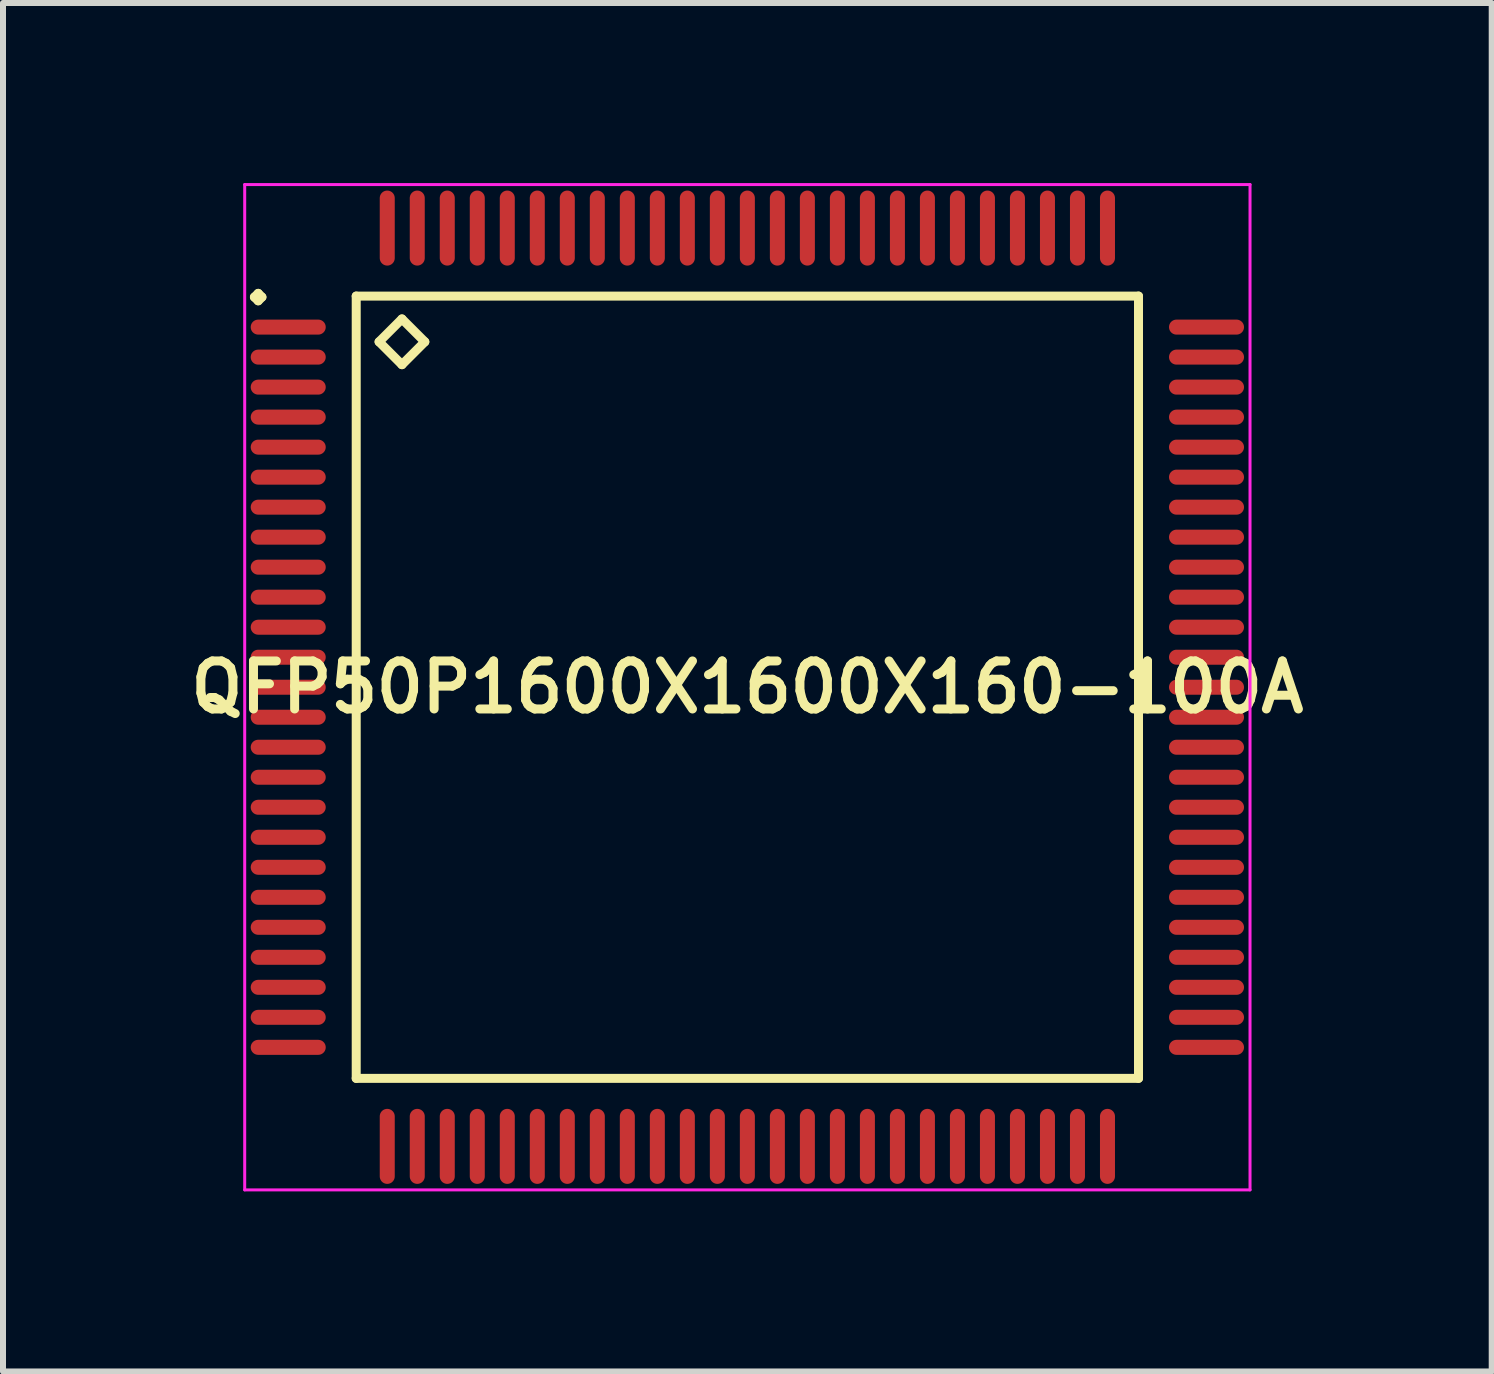
<source format=kicad_pcb>
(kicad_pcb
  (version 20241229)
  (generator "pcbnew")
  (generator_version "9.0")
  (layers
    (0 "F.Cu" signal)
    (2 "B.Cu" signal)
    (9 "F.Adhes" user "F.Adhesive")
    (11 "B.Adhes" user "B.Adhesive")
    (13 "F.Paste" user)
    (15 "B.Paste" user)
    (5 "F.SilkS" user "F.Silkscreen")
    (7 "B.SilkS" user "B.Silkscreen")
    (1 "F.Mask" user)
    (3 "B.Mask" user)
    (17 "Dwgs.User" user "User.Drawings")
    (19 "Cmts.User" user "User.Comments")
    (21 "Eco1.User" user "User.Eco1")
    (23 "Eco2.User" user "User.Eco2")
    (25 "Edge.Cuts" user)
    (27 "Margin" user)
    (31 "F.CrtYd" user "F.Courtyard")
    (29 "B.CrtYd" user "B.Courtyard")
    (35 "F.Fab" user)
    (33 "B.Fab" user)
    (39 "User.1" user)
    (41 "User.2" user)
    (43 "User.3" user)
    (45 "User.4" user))
  (footprint "QFP50P1600X1600X160-100A"
    (layer "F.Cu")
    (at 9.402 8.4)
    (property "Reference" "QFP50P1600X1600X160-100A" (at 0 0 0) (layer "F.SilkS") (effects (font (size 0.8 0.8) (thickness 0.15))))
    (attr smd)
    (fp_line (start -8.213 -6.5) (end -8.15 -6.562) (stroke (width 0.15) (type solid)) (layer "F.SilkS"))
    (fp_line (start -8.15 -6.562) (end -8.088 -6.5) (stroke (width 0.15) (type solid)) (layer "F.SilkS"))
    (fp_line (start -8.15 -6.438) (end -8.213 -6.5) (stroke (width 0.15) (type solid)) (layer "F.SilkS"))
    (fp_line (start -8.088 -6.5) (end -8.15 -6.438) (stroke (width 0.15) (type solid)) (layer "F.SilkS"))
    (fp_line (start -6.517 -6.517) (end -6.517 6.517) (stroke (width 0.15) (type solid)) (layer "F.SilkS"))
    (fp_line (start -6.517 6.517) (end 6.517 6.517) (stroke (width 0.15) (type solid)) (layer "F.SilkS"))
    (fp_line (start -6.136 -5.755) (end -5.755 -6.136) (stroke (width 0.15) (type solid)) (layer "F.SilkS"))
    (fp_line (start -5.755 -6.136) (end -5.374 -5.755) (stroke (width 0.15) (type solid)) (layer "F.SilkS"))
    (fp_line (start -5.755 -5.374) (end -6.136 -5.755) (stroke (width 0.15) (type solid)) (layer "F.SilkS"))
    (fp_line (start -5.374 -5.755) (end -5.755 -5.374) (stroke (width 0.15) (type solid)) (layer "F.SilkS"))
    (fp_line (start 6.517 -6.517) (end -6.517 -6.517) (stroke (width 0.15) (type solid)) (layer "F.SilkS"))
    (fp_line (start 6.517 6.517) (end 6.517 -6.517) (stroke (width 0.15) (type solid)) (layer "F.SilkS"))
    (fp_line (start -8.375 -8.375) (end 8.375 -8.375) (stroke (width 0.05) (type solid)) (layer "F.CrtYd"))
    (fp_line (start -8.375 8.375) (end -8.375 -8.375) (stroke (width 0.05) (type solid)) (layer "F.CrtYd"))
    (fp_line (start 8.375 -8.375) (end 8.375 8.375) (stroke (width 0.05) (type solid)) (layer "F.CrtYd"))
    (fp_line (start 8.375 8.375) (end -8.375 8.375) (stroke (width 0.05) (type solid)) (layer "F.CrtYd"))
    (pad "1" smd oval (at -7.65 -6) (size 1.25 0.25) (layers "F.Cu" "F.Mask" "F.Paste"))
    (pad "2" smd oval (at -7.65 -5.5) (size 1.25 0.25) (layers "F.Cu" "F.Mask" "F.Paste"))
    (pad "3" smd oval (at -7.65 -5) (size 1.25 0.25) (layers "F.Cu" "F.Mask" "F.Paste"))
    (pad "4" smd oval (at -7.65 -4.5) (size 1.25 0.25) (layers "F.Cu" "F.Mask" "F.Paste"))
    (pad "5" smd oval (at -7.65 -4) (size 1.25 0.25) (layers "F.Cu" "F.Mask" "F.Paste"))
    (pad "6" smd oval (at -7.65 -3.5) (size 1.25 0.25) (layers "F.Cu" "F.Mask" "F.Paste"))
    (pad "7" smd oval (at -7.65 -3) (size 1.25 0.25) (layers "F.Cu" "F.Mask" "F.Paste"))
    (pad "8" smd oval (at -7.65 -2.5) (size 1.25 0.25) (layers "F.Cu" "F.Mask" "F.Paste"))
    (pad "9" smd oval (at -7.65 -2) (size 1.25 0.25) (layers "F.Cu" "F.Mask" "F.Paste"))
    (pad "10" smd oval (at -7.65 -1.5) (size 1.25 0.25) (layers "F.Cu" "F.Mask" "F.Paste"))
    (pad "11" smd oval (at -7.65 -1) (size 1.25 0.25) (layers "F.Cu" "F.Mask" "F.Paste"))
    (pad "12" smd oval (at -7.65 -0.5) (size 1.25 0.25) (layers "F.Cu" "F.Mask" "F.Paste"))
    (pad "13" smd oval (at -7.65 0) (size 1.25 0.25) (layers "F.Cu" "F.Mask" "F.Paste"))
    (pad "14" smd oval (at -7.65 0.5) (size 1.25 0.25) (layers "F.Cu" "F.Mask" "F.Paste"))
    (pad "15" smd oval (at -7.65 1) (size 1.25 0.25) (layers "F.Cu" "F.Mask" "F.Paste"))
    (pad "16" smd oval (at -7.65 1.5) (size 1.25 0.25) (layers "F.Cu" "F.Mask" "F.Paste"))
    (pad "17" smd oval (at -7.65 2) (size 1.25 0.25) (layers "F.Cu" "F.Mask" "F.Paste"))
    (pad "18" smd oval (at -7.65 2.5) (size 1.25 0.25) (layers "F.Cu" "F.Mask" "F.Paste"))
    (pad "19" smd oval (at -7.65 3) (size 1.25 0.25) (layers "F.Cu" "F.Mask" "F.Paste"))
    (pad "20" smd oval (at -7.65 3.5) (size 1.25 0.25) (layers "F.Cu" "F.Mask" "F.Paste"))
    (pad "21" smd oval (at -7.65 4) (size 1.25 0.25) (layers "F.Cu" "F.Mask" "F.Paste"))
    (pad "22" smd oval (at -7.65 4.5) (size 1.25 0.25) (layers "F.Cu" "F.Mask" "F.Paste"))
    (pad "23" smd oval (at -7.65 5) (size 1.25 0.25) (layers "F.Cu" "F.Mask" "F.Paste"))
    (pad "24" smd oval (at -7.65 5.5) (size 1.25 0.25) (layers "F.Cu" "F.Mask" "F.Paste"))
    (pad "25" smd oval (at -7.65 6) (size 1.25 0.25) (layers "F.Cu" "F.Mask" "F.Paste"))
    (pad "26" smd oval (at -6 7.65) (size 0.25 1.25) (layers "F.Cu" "F.Mask" "F.Paste"))
    (pad "27" smd oval (at -5.5 7.65) (size 0.25 1.25) (layers "F.Cu" "F.Mask" "F.Paste"))
    (pad "28" smd oval (at -5 7.65) (size 0.25 1.25) (layers "F.Cu" "F.Mask" "F.Paste"))
    (pad "29" smd oval (at -4.5 7.65) (size 0.25 1.25) (layers "F.Cu" "F.Mask" "F.Paste"))
    (pad "30" smd oval (at -4 7.65) (size 0.25 1.25) (layers "F.Cu" "F.Mask" "F.Paste"))
    (pad "31" smd oval (at -3.5 7.65) (size 0.25 1.25) (layers "F.Cu" "F.Mask" "F.Paste"))
    (pad "32" smd oval (at -3 7.65) (size 0.25 1.25) (layers "F.Cu" "F.Mask" "F.Paste"))
    (pad "33" smd oval (at -2.5 7.65) (size 0.25 1.25) (layers "F.Cu" "F.Mask" "F.Paste"))
    (pad "34" smd oval (at -2 7.65) (size 0.25 1.25) (layers "F.Cu" "F.Mask" "F.Paste"))
    (pad "35" smd oval (at -1.5 7.65) (size 0.25 1.25) (layers "F.Cu" "F.Mask" "F.Paste"))
    (pad "36" smd oval (at -1 7.65) (size 0.25 1.25) (layers "F.Cu" "F.Mask" "F.Paste"))
    (pad "37" smd oval (at -0.5 7.65) (size 0.25 1.25) (layers "F.Cu" "F.Mask" "F.Paste"))
    (pad "38" smd oval (at 0 7.65) (size 0.25 1.25) (layers "F.Cu" "F.Mask" "F.Paste"))
    (pad "39" smd oval (at 0.5 7.65) (size 0.25 1.25) (layers "F.Cu" "F.Mask" "F.Paste"))
    (pad "40" smd oval (at 1 7.65) (size 0.25 1.25) (layers "F.Cu" "F.Mask" "F.Paste"))
    (pad "41" smd oval (at 1.5 7.65) (size 0.25 1.25) (layers "F.Cu" "F.Mask" "F.Paste"))
    (pad "42" smd oval (at 2 7.65) (size 0.25 1.25) (layers "F.Cu" "F.Mask" "F.Paste"))
    (pad "43" smd oval (at 2.5 7.65) (size 0.25 1.25) (layers "F.Cu" "F.Mask" "F.Paste"))
    (pad "44" smd oval (at 3 7.65) (size 0.25 1.25) (layers "F.Cu" "F.Mask" "F.Paste"))
    (pad "45" smd oval (at 3.5 7.65) (size 0.25 1.25) (layers "F.Cu" "F.Mask" "F.Paste"))
    (pad "46" smd oval (at 4 7.65) (size 0.25 1.25) (layers "F.Cu" "F.Mask" "F.Paste"))
    (pad "47" smd oval (at 4.5 7.65) (size 0.25 1.25) (layers "F.Cu" "F.Mask" "F.Paste"))
    (pad "48" smd oval (at 5 7.65) (size 0.25 1.25) (layers "F.Cu" "F.Mask" "F.Paste"))
    (pad "49" smd oval (at 5.5 7.65) (size 0.25 1.25) (layers "F.Cu" "F.Mask" "F.Paste"))
    (pad "50" smd oval (at 6 7.65) (size 0.25 1.25) (layers "F.Cu" "F.Mask" "F.Paste"))
    (pad "51" smd oval (at 7.65 6) (size 1.25 0.25) (layers "F.Cu" "F.Mask" "F.Paste"))
    (pad "52" smd oval (at 7.65 5.5) (size 1.25 0.25) (layers "F.Cu" "F.Mask" "F.Paste"))
    (pad "53" smd oval (at 7.65 5) (size 1.25 0.25) (layers "F.Cu" "F.Mask" "F.Paste"))
    (pad "54" smd oval (at 7.65 4.5) (size 1.25 0.25) (layers "F.Cu" "F.Mask" "F.Paste"))
    (pad "55" smd oval (at 7.65 4) (size 1.25 0.25) (layers "F.Cu" "F.Mask" "F.Paste"))
    (pad "56" smd oval (at 7.65 3.5) (size 1.25 0.25) (layers "F.Cu" "F.Mask" "F.Paste"))
    (pad "57" smd oval (at 7.65 3) (size 1.25 0.25) (layers "F.Cu" "F.Mask" "F.Paste"))
    (pad "58" smd oval (at 7.65 2.5) (size 1.25 0.25) (layers "F.Cu" "F.Mask" "F.Paste"))
    (pad "59" smd oval (at 7.65 2) (size 1.25 0.25) (layers "F.Cu" "F.Mask" "F.Paste"))
    (pad "60" smd oval (at 7.65 1.5) (size 1.25 0.25) (layers "F.Cu" "F.Mask" "F.Paste"))
    (pad "61" smd oval (at 7.65 1) (size 1.25 0.25) (layers "F.Cu" "F.Mask" "F.Paste"))
    (pad "62" smd oval (at 7.65 0.5) (size 1.25 0.25) (layers "F.Cu" "F.Mask" "F.Paste"))
    (pad "63" smd oval (at 7.65 0) (size 1.25 0.25) (layers "F.Cu" "F.Mask" "F.Paste"))
    (pad "64" smd oval (at 7.65 -0.5) (size 1.25 0.25) (layers "F.Cu" "F.Mask" "F.Paste"))
    (pad "65" smd oval (at 7.65 -1) (size 1.25 0.25) (layers "F.Cu" "F.Mask" "F.Paste"))
    (pad "66" smd oval (at 7.65 -1.5) (size 1.25 0.25) (layers "F.Cu" "F.Mask" "F.Paste"))
    (pad "67" smd oval (at 7.65 -2) (size 1.25 0.25) (layers "F.Cu" "F.Mask" "F.Paste"))
    (pad "68" smd oval (at 7.65 -2.5) (size 1.25 0.25) (layers "F.Cu" "F.Mask" "F.Paste"))
    (pad "69" smd oval (at 7.65 -3) (size 1.25 0.25) (layers "F.Cu" "F.Mask" "F.Paste"))
    (pad "70" smd oval (at 7.65 -3.5) (size 1.25 0.25) (layers "F.Cu" "F.Mask" "F.Paste"))
    (pad "71" smd oval (at 7.65 -4) (size 1.25 0.25) (layers "F.Cu" "F.Mask" "F.Paste"))
    (pad "72" smd oval (at 7.65 -4.5) (size 1.25 0.25) (layers "F.Cu" "F.Mask" "F.Paste"))
    (pad "73" smd oval (at 7.65 -5) (size 1.25 0.25) (layers "F.Cu" "F.Mask" "F.Paste"))
    (pad "74" smd oval (at 7.65 -5.5) (size 1.25 0.25) (layers "F.Cu" "F.Mask" "F.Paste"))
    (pad "75" smd oval (at 7.65 -6) (size 1.25 0.25) (layers "F.Cu" "F.Mask" "F.Paste"))
    (pad "76" smd oval (at 6 -7.65) (size 0.25 1.25) (layers "F.Cu" "F.Mask" "F.Paste"))
    (pad "77" smd oval (at 5.5 -7.65) (size 0.25 1.25) (layers "F.Cu" "F.Mask" "F.Paste"))
    (pad "78" smd oval (at 5 -7.65) (size 0.25 1.25) (layers "F.Cu" "F.Mask" "F.Paste"))
    (pad "79" smd oval (at 4.5 -7.65) (size 0.25 1.25) (layers "F.Cu" "F.Mask" "F.Paste"))
    (pad "80" smd oval (at 4 -7.65) (size 0.25 1.25) (layers "F.Cu" "F.Mask" "F.Paste"))
    (pad "81" smd oval (at 3.5 -7.65) (size 0.25 1.25) (layers "F.Cu" "F.Mask" "F.Paste"))
    (pad "82" smd oval (at 3 -7.65) (size 0.25 1.25) (layers "F.Cu" "F.Mask" "F.Paste"))
    (pad "83" smd oval (at 2.5 -7.65) (size 0.25 1.25) (layers "F.Cu" "F.Mask" "F.Paste"))
    (pad "84" smd oval (at 2 -7.65) (size 0.25 1.25) (layers "F.Cu" "F.Mask" "F.Paste"))
    (pad "85" smd oval (at 1.5 -7.65) (size 0.25 1.25) (layers "F.Cu" "F.Mask" "F.Paste"))
    (pad "86" smd oval (at 1 -7.65) (size 0.25 1.25) (layers "F.Cu" "F.Mask" "F.Paste"))
    (pad "87" smd oval (at 0.5 -7.65) (size 0.25 1.25) (layers "F.Cu" "F.Mask" "F.Paste"))
    (pad "88" smd oval (at 0 -7.65) (size 0.25 1.25) (layers "F.Cu" "F.Mask" "F.Paste"))
    (pad "89" smd oval (at -0.5 -7.65) (size 0.25 1.25) (layers "F.Cu" "F.Mask" "F.Paste"))
    (pad "90" smd oval (at -1 -7.65) (size 0.25 1.25) (layers "F.Cu" "F.Mask" "F.Paste"))
    (pad "91" smd oval (at -1.5 -7.65) (size 0.25 1.25) (layers "F.Cu" "F.Mask" "F.Paste"))
    (pad "92" smd oval (at -2 -7.65) (size 0.25 1.25) (layers "F.Cu" "F.Mask" "F.Paste"))
    (pad "93" smd oval (at -2.5 -7.65) (size 0.25 1.25) (layers "F.Cu" "F.Mask" "F.Paste"))
    (pad "94" smd oval (at -3 -7.65) (size 0.25 1.25) (layers "F.Cu" "F.Mask" "F.Paste"))
    (pad "95" smd oval (at -3.5 -7.65) (size 0.25 1.25) (layers "F.Cu" "F.Mask" "F.Paste"))
    (pad "96" smd oval (at -4 -7.65) (size 0.25 1.25) (layers "F.Cu" "F.Mask" "F.Paste"))
    (pad "97" smd oval (at -4.5 -7.65) (size 0.25 1.25) (layers "F.Cu" "F.Mask" "F.Paste"))
    (pad "98" smd oval (at -5 -7.65) (size 0.25 1.25) (layers "F.Cu" "F.Mask" "F.Paste"))
    (pad "99" smd oval (at -5.5 -7.65) (size 0.25 1.25) (layers "F.Cu" "F.Mask" "F.Paste"))
    (pad "100" smd oval (at -6 -7.65) (size 0.25 1.25) (layers "F.Cu" "F.Mask" "F.Paste")))
  (gr_rect
    (start -3 -3)
    (end 21.804 19.8)
    (stroke (width 0.1) (type default))
    (fill no)
    (layer "Edge.Cuts")))
</source>
